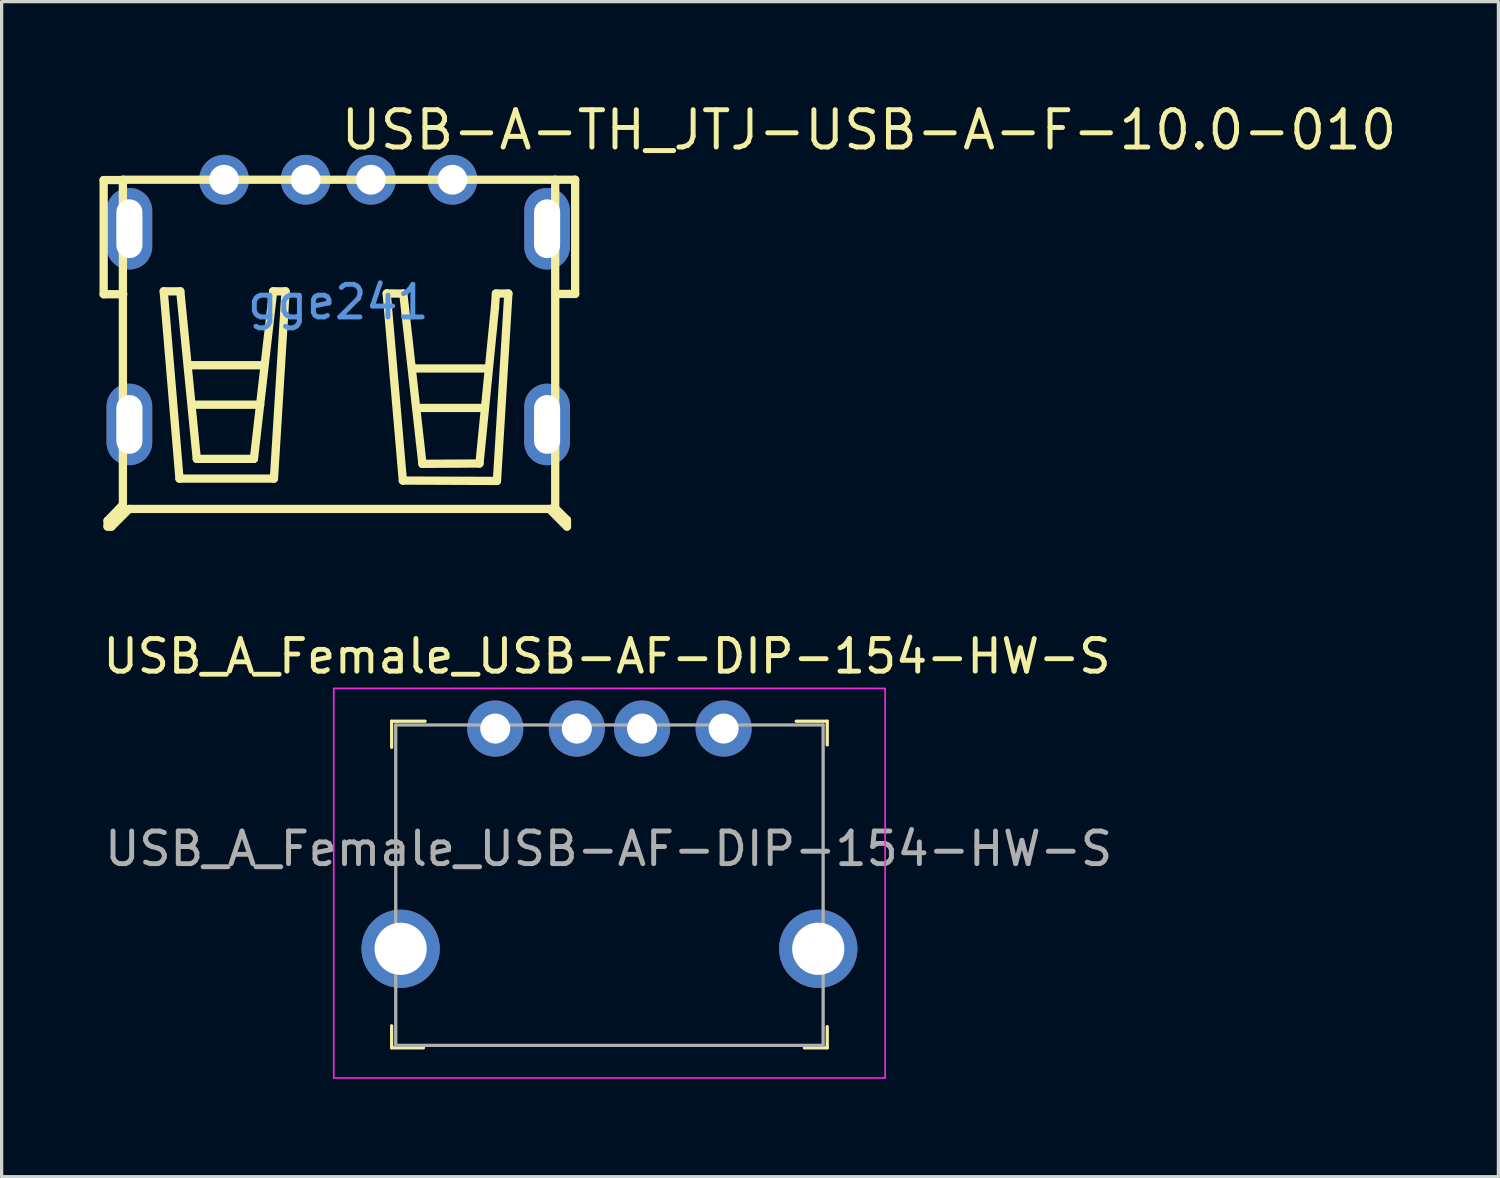
<source format=kicad_pcb>
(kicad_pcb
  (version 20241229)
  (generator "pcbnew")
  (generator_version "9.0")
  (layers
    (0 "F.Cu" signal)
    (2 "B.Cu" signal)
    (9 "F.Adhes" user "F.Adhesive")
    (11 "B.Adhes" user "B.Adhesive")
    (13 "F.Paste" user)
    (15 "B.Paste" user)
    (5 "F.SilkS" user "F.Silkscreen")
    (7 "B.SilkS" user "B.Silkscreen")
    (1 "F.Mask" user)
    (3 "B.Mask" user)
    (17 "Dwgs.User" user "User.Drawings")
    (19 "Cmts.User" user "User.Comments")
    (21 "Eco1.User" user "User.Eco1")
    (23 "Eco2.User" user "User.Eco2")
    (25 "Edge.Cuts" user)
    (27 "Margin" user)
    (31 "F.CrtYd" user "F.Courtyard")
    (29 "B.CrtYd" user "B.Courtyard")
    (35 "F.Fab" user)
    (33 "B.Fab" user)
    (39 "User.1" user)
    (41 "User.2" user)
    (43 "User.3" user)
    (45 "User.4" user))
  (footprint "USB-A-TH_JTJ-USB-A-F-10.0-010"
    (layer "F.Cu")
    (at 7.317 6.209)
    (property "Reference" "USB-A-TH_JTJ-USB-A-F-10.0-010" (at 0 -5.274 0) (layer "F.SilkS") (effects (font (size 1.143 1.143) (thickness 0.152)) (justify left)))
    (attr through_hole)
    (fp_line (start -7.19 -0.24) (end -7.19 -3.74) (stroke (width 0.254) (type solid)) (layer "F.SilkS"))
    (fp_line (start -7.07 6.7) (end -7.07 6.88) (stroke (width 0.254) (type solid)) (layer "F.SilkS"))
    (fp_line (start -7.07 6.88) (end -6.95 6.88) (stroke (width 0.254) (type solid)) (layer "F.SilkS"))
    (fp_line (start -6.95 6.88) (end -6.41 6.34) (stroke (width 0.254) (type solid)) (layer "F.SilkS"))
    (fp_line (start -6.6 -3.75) (end -6.6 6.25) (stroke (width 0.254) (type solid)) (layer "F.SilkS"))
    (fp_line (start -6.6 -3.75) (end 6.6 -3.75) (stroke (width 0.254) (type solid)) (layer "F.SilkS"))
    (fp_line (start -6.6 6.21) (end -7.07 6.7) (stroke (width 0.254) (type solid)) (layer "F.SilkS"))
    (fp_line (start -6.59 -3.74) (end -7.19 -3.74) (stroke (width 0.254) (type solid)) (layer "F.SilkS"))
    (fp_line (start -6.59 -0.241) (end -7.19 -0.241) (stroke (width 0.254) (type solid)) (layer "F.SilkS"))
    (fp_line (start -6.41 6.34) (end 6.47 6.34) (stroke (width 0.254) (type solid)) (layer "F.SilkS"))
    (fp_line (start -5.349 -0.33) (end -4.841 -0.33) (stroke (width 0.254) (type solid)) (layer "F.SilkS"))
    (fp_line (start -4.866 5.41) (end -5.349 -0.33) (stroke (width 0.254) (type solid)) (layer "F.SilkS"))
    (fp_line (start -4.841 -0.33) (end -4.336 4.805) (stroke (width 0.254) (type solid)) (layer "F.SilkS"))
    (fp_line (start -4.563 1.935) (end -2.303 1.935) (stroke (width 0.254) (type solid)) (layer "F.SilkS"))
    (fp_line (start -4.423 3.145) (end -2.393 3.145) (stroke (width 0.254) (type solid)) (layer "F.SilkS"))
    (fp_line (start -4.336 4.805) (end -2.585 4.805) (stroke (width 0.254) (type solid)) (layer "F.SilkS"))
    (fp_line (start -2.585 4.805) (end -1.996 -0.33) (stroke (width 0.254) (type solid)) (layer "F.SilkS"))
    (fp_line (start -1.996 -0.33) (end -1.615 -0.33) (stroke (width 0.254) (type solid)) (layer "F.SilkS"))
    (fp_line (start -1.971 5.41) (end -4.866 5.41) (stroke (width 0.254) (type solid)) (layer "F.SilkS"))
    (fp_line (start -1.615 -0.33) (end -1.971 5.41) (stroke (width 0.254) (type solid)) (layer "F.SilkS"))
    (fp_line (start 1.485 -0.265) (end 1.994 -0.261) (stroke (width 0.254) (type solid)) (layer "F.SilkS"))
    (fp_line (start 1.98 5.47) (end 1.485 -0.265) (stroke (width 0.254) (type solid)) (layer "F.SilkS"))
    (fp_line (start 1.994 -0.261) (end 2.504 4.279) (stroke (width 0.254) (type solid)) (layer "F.SilkS"))
    (fp_line (start 2.318 2.034) (end 4.578 2.034) (stroke (width 0.254) (type solid)) (layer "F.SilkS"))
    (fp_line (start 2.458 3.244) (end 4.488 3.244) (stroke (width 0.254) (type solid)) (layer "F.SilkS"))
    (fp_line (start 2.504 4.279) (end 2.58 4.957) (stroke (width 0.254) (type solid)) (layer "F.SilkS"))
    (fp_line (start 2.58 4.957) (end 4.329 4.947) (stroke (width 0.254) (type solid)) (layer "F.SilkS"))
    (fp_line (start 4.329 4.947) (end 4.803 0.168) (stroke (width 0.254) (type solid)) (layer "F.SilkS"))
    (fp_line (start 4.803 0.168) (end 4.833 -0.262) (stroke (width 0.254) (type solid)) (layer "F.SilkS"))
    (fp_line (start 4.833 -0.262) (end 5.214 -0.262) (stroke (width 0.254) (type solid)) (layer "F.SilkS"))
    (fp_line (start 4.864 5.481) (end 1.98 5.47) (stroke (width 0.254) (type solid)) (layer "F.SilkS"))
    (fp_line (start 5.214 -0.262) (end 4.864 5.481) (stroke (width 0.254) (type solid)) (layer "F.SilkS"))
    (fp_line (start 6.47 6.34) (end 7.01 6.88) (stroke (width 0.254) (type solid)) (layer "F.SilkS"))
    (fp_line (start 6.65 -3.75) (end 6.65 6.25) (stroke (width 0.254) (type solid)) (layer "F.SilkS"))
    (fp_line (start 6.661 -3.75) (end 7.261 -3.75) (stroke (width 0.254) (type solid)) (layer "F.SilkS"))
    (fp_line (start 6.661 -0.25) (end 7.261 -0.25) (stroke (width 0.254) (type solid)) (layer "F.SilkS"))
    (fp_line (start 7.01 6.679) (end 6.61 6.28) (stroke (width 0.254) (type solid)) (layer "F.SilkS"))
    (fp_line (start 7.01 6.88) (end 7.01 6.679) (stroke (width 0.254) (type solid)) (layer "F.SilkS"))
    (fp_line (start 7.261 -3.75) (end 7.261 -0.25) (stroke (width 0.254) (type solid)) (layer "F.SilkS"))
    (fp_text user "gge241" (at 0 0 0) (layer "Cmts.User") (effects (font (size 1 1) (thickness 0.15))))
    (pad "1" thru_hole circle (at -3.5 -3.75) (size 1.524 1.524) (drill 0.914) (layers "*.Cu" "*.Paste" "*.Mask"))
    (pad "2" thru_hole circle (at -1.001 -3.75) (size 1.524 1.524) (drill 0.914) (layers "*.Cu" "*.Paste" "*.Mask"))
    (pad "3" thru_hole circle (at 1.001 -3.75) (size 1.524 1.524) (drill 0.914) (layers "*.Cu" "*.Paste" "*.Mask"))
    (pad "4" thru_hole circle (at 3.5 -3.75) (size 1.524 1.524) (drill 0.914) (layers "*.Cu" "*.Paste" "*.Mask"))
    (pad "5" thru_hole oval (at 6.401 -2.249 90) (size 2.5 1.4) (drill oval 1.8 0.8) (layers "*.Cu" "*.Paste" "*.Mask"))
    (pad "6" thru_hole oval (at 6.401 3.75 90) (size 2.5 1.4) (drill oval 1.8 0.8) (layers "*.Cu" "*.Paste" "*.Mask"))
    (pad "7" thru_hole oval (at -6.401 3.75 90) (size 2.5 1.4) (drill oval 1.8 0.8) (layers "*.Cu" "*.Paste" "*.Mask"))
    (pad "8" thru_hole oval (at -6.401 -2.249 270) (size 2.5 1.4) (drill oval 1.8 0.8) (layers "*.Cu" "*.Paste" "*.Mask")))
  (footprint "USB_A_Female_USB-AF-DIP-154-HW-S"
    (layer "F.Cu")
    (at 15.629 21.99)
    (property "Reference" "USB_A_Female_USB-AF-DIP-154-HW-S" (at -0.075 -4.925 0) (layer "F.SilkS") (effects (font (size 1 1) (thickness 0.15))))
    (attr through_hole)
    (fp_line (start -6.675 -2.935) (end -6.675 -2.135) (stroke (width 0.1) (type solid)) (layer "F.SilkS"))
    (fp_line (start -6.675 7.075) (end -6.675 6.4) (stroke (width 0.1) (type solid)) (layer "F.SilkS"))
    (fp_line (start -5.7 7.075) (end -6.675 7.075) (stroke (width 0.1) (type solid)) (layer "F.SilkS"))
    (fp_line (start -5.65 -2.935) (end -6.675 -2.935) (stroke (width 0.1) (type solid)) (layer "F.SilkS"))
    (fp_line (start 5.725 -2.935) (end 6.675 -2.935) (stroke (width 0.1) (type solid)) (layer "F.SilkS"))
    (fp_line (start 6.675 -2.935) (end 6.675 -2.21) (stroke (width 0.1) (type solid)) (layer "F.SilkS"))
    (fp_line (start 6.675 6.425) (end 6.675 7.075) (stroke (width 0.1) (type solid)) (layer "F.SilkS"))
    (fp_line (start 6.675 7.075) (end 5.975 7.075) (stroke (width 0.1) (type solid)) (layer "F.SilkS"))
    (fp_line (start -8.45 -3.94) (end -8.45 8) (stroke (width 0.05) (type solid)) (layer "F.CrtYd"))
    (fp_line (start -8.45 -3.94) (end 8.45 -3.94) (stroke (width 0.05) (type solid)) (layer "F.CrtYd"))
    (fp_line (start -8.45 8) (end 8.45 8) (stroke (width 0.05) (type solid)) (layer "F.CrtYd"))
    (fp_line (start 8.45 -3.94) (end 8.45 8) (stroke (width 0.05) (type solid)) (layer "F.CrtYd"))
    (fp_line (start -6.55 -2.82) (end -6.55 7) (stroke (width 0.1) (type solid)) (layer "F.Fab"))
    (fp_line (start -6.55 -2.82) (end 6.55 -2.82) (stroke (width 0.1) (type solid)) (layer "F.Fab"))
    (fp_line (start -6.55 7) (end 6.55 7) (stroke (width 0.1) (type solid)) (layer "F.Fab"))
    (fp_line (start 6.55 -2.82) (end 6.55 7) (stroke (width 0.1) (type solid)) (layer "F.Fab"))
    (fp_text user "${REFERENCE}" (at -0.025 0.975 0) (layer "F.Fab") (effects (font (size 1 1) (thickness 0.15))))
    (pad "1" thru_hole circle (at -3.5 -2.71) (size 1.72 1.72) (drill 0.92) (layers "*.Cu" "*.Mask"))
    (pad "2" thru_hole circle (at -1 -2.71) (size 1.72 1.72) (drill 0.92) (layers "*.Cu" "*.Mask"))
    (pad "3" thru_hole circle (at 1 -2.71) (size 1.72 1.72) (drill 0.92) (layers "*.Cu" "*.Mask"))
    (pad "4" thru_hole circle (at 3.5 -2.71) (size 1.72 1.72) (drill 0.92) (layers "*.Cu" "*.Mask"))
    (pad "SH" thru_hole circle (at -6.4 4.04) (size 2.4 2.4) (drill 1.6) (layers "*.Cu" "*.Mask"))
    (pad "SH" thru_hole circle (at 6.4 4.04) (size 2.4 2.4) (drill 1.6) (layers "*.Cu" "*.Mask")))
  (gr_rect
    (start -3 -3)
    (end 42.875 33.015)
    (stroke (width 0.1) (type default))
    (fill no)
    (layer "Edge.Cuts")))
</source>
